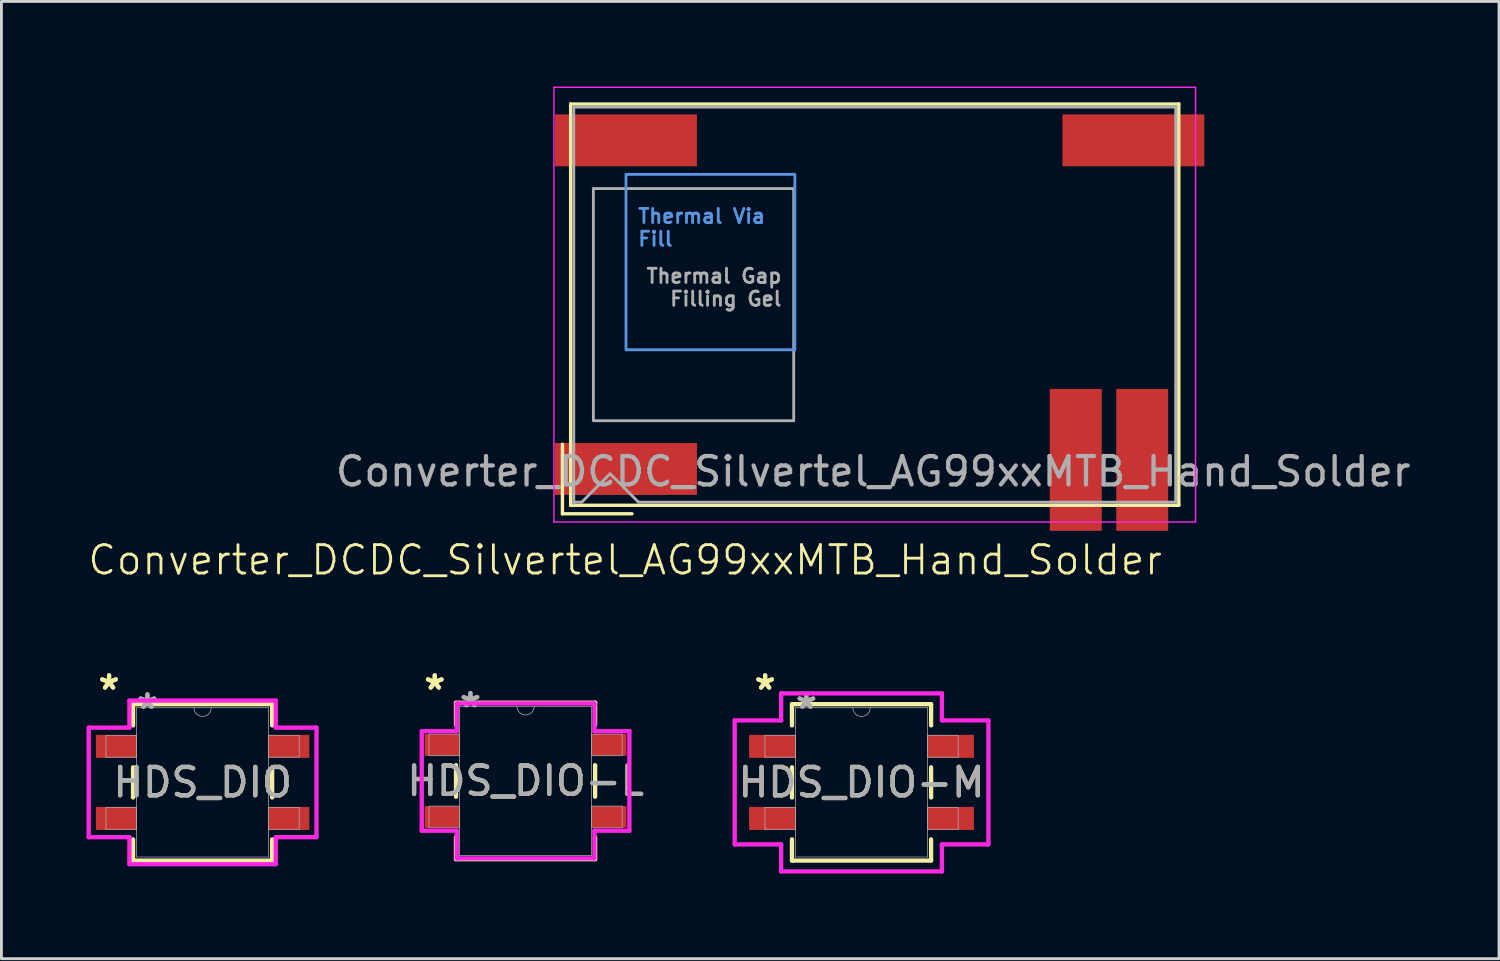
<source format=kicad_pcb>
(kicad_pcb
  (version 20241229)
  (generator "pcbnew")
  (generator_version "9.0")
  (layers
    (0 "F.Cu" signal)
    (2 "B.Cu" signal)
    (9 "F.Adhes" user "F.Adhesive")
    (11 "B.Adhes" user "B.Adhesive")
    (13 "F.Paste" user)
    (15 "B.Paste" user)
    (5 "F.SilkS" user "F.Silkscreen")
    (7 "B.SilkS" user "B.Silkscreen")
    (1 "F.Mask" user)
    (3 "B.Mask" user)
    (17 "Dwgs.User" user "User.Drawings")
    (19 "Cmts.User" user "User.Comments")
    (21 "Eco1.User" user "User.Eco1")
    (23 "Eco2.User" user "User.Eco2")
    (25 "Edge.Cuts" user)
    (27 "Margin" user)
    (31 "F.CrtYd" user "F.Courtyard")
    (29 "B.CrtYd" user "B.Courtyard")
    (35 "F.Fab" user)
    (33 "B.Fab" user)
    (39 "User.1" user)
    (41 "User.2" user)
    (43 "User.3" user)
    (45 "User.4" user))
  (footprint "HDS_DIO"
    (layer "F.Cu")
    (at 4.089 24.52)
    (property "Reference" "HDS_DIO" (at 0 0 0) (unlocked yes) (layer "F.SilkS") (effects (font (size 1 1) (thickness 0.15))))
    (attr smd)
    (fp_line (start -2.451 -2.756) (end -2.451 -2.009) (stroke (width 0.152) (type solid)) (layer "F.SilkS"))
    (fp_line (start -2.451 -0.531) (end -2.451 0.531) (stroke (width 0.152) (type solid)) (layer "F.SilkS"))
    (fp_line (start -2.451 2.009) (end -2.451 2.756) (stroke (width 0.152) (type solid)) (layer "F.SilkS"))
    (fp_line (start -2.451 2.756) (end 2.451 2.756) (stroke (width 0.152) (type solid)) (layer "F.SilkS"))
    (fp_line (start 2.451 -2.756) (end -2.451 -2.756) (stroke (width 0.152) (type solid)) (layer "F.SilkS"))
    (fp_line (start 2.451 -2.009) (end 2.451 -2.756) (stroke (width 0.152) (type solid)) (layer "F.SilkS"))
    (fp_line (start 2.451 0.531) (end 2.451 -0.531) (stroke (width 0.152) (type solid)) (layer "F.SilkS"))
    (fp_line (start 2.451 2.756) (end 2.451 2.009) (stroke (width 0.152) (type solid)) (layer "F.SilkS"))
    (fp_line (start -4.013 -1.93) (end -2.578 -1.93) (stroke (width 0.152) (type solid)) (layer "F.CrtYd"))
    (fp_line (start -4.013 1.93) (end -4.013 -1.93) (stroke (width 0.152) (type solid)) (layer "F.CrtYd"))
    (fp_line (start -4.013 1.93) (end -2.578 1.93) (stroke (width 0.152) (type solid)) (layer "F.CrtYd"))
    (fp_line (start -2.578 -2.883) (end 2.578 -2.883) (stroke (width 0.152) (type solid)) (layer "F.CrtYd"))
    (fp_line (start -2.578 -1.93) (end -2.578 -2.883) (stroke (width 0.152) (type solid)) (layer "F.CrtYd"))
    (fp_line (start -2.578 2.883) (end -2.578 1.93) (stroke (width 0.152) (type solid)) (layer "F.CrtYd"))
    (fp_line (start 2.578 -2.883) (end 2.578 -1.93) (stroke (width 0.152) (type solid)) (layer "F.CrtYd"))
    (fp_line (start 2.578 1.93) (end 2.578 2.883) (stroke (width 0.152) (type solid)) (layer "F.CrtYd"))
    (fp_line (start 2.578 2.883) (end -2.578 2.883) (stroke (width 0.152) (type solid)) (layer "F.CrtYd"))
    (fp_line (start 4.013 -1.93) (end 2.578 -1.93) (stroke (width 0.152) (type solid)) (layer "F.CrtYd"))
    (fp_line (start 4.013 -1.93) (end 4.013 1.93) (stroke (width 0.152) (type solid)) (layer "F.CrtYd"))
    (fp_line (start 4.013 1.93) (end 2.578 1.93) (stroke (width 0.152) (type solid)) (layer "F.CrtYd"))
    (fp_line (start -3.404 -1.651) (end -3.404 -0.889) (stroke (width 0.025) (type solid)) (layer "F.Fab"))
    (fp_line (start -3.404 -0.889) (end -2.324 -0.889) (stroke (width 0.025) (type solid)) (layer "F.Fab"))
    (fp_line (start -3.404 0.889) (end -3.404 1.651) (stroke (width 0.025) (type solid)) (layer "F.Fab"))
    (fp_line (start -3.404 1.651) (end -2.324 1.651) (stroke (width 0.025) (type solid)) (layer "F.Fab"))
    (fp_line (start -2.324 -2.629) (end -2.324 2.629) (stroke (width 0.025) (type solid)) (layer "F.Fab"))
    (fp_line (start -2.324 -1.651) (end -3.404 -1.651) (stroke (width 0.025) (type solid)) (layer "F.Fab"))
    (fp_line (start -2.324 -0.889) (end -2.324 -1.651) (stroke (width 0.025) (type solid)) (layer "F.Fab"))
    (fp_line (start -2.324 0.889) (end -3.404 0.889) (stroke (width 0.025) (type solid)) (layer "F.Fab"))
    (fp_line (start -2.324 1.651) (end -2.324 0.889) (stroke (width 0.025) (type solid)) (layer "F.Fab"))
    (fp_line (start -2.324 2.629) (end 2.324 2.629) (stroke (width 0.025) (type solid)) (layer "F.Fab"))
    (fp_line (start 2.324 -2.629) (end -2.324 -2.629) (stroke (width 0.025) (type solid)) (layer "F.Fab"))
    (fp_line (start 2.324 -1.651) (end 2.324 -0.889) (stroke (width 0.025) (type solid)) (layer "F.Fab"))
    (fp_line (start 2.324 -0.889) (end 3.404 -0.889) (stroke (width 0.025) (type solid)) (layer "F.Fab"))
    (fp_line (start 2.324 0.889) (end 2.324 1.651) (stroke (width 0.025) (type solid)) (layer "F.Fab"))
    (fp_line (start 2.324 1.651) (end 3.404 1.651) (stroke (width 0.025) (type solid)) (layer "F.Fab"))
    (fp_line (start 2.324 2.629) (end 2.324 -2.629) (stroke (width 0.025) (type solid)) (layer "F.Fab"))
    (fp_line (start 3.404 -1.651) (end 2.324 -1.651) (stroke (width 0.025) (type solid)) (layer "F.Fab"))
    (fp_line (start 3.404 -0.889) (end 3.404 -1.651) (stroke (width 0.025) (type solid)) (layer "F.Fab"))
    (fp_line (start 3.404 0.889) (end 2.324 0.889) (stroke (width 0.025) (type solid)) (layer "F.Fab"))
    (fp_line (start 3.404 1.651) (end 3.404 0.889) (stroke (width 0.025) (type solid)) (layer "F.Fab"))
    (fp_arc (start 0.3048 -2.6289) (mid 0 -2.3241) (end -0.3048 -2.6289) (stroke (width 0.0254) (type solid)) (layer "F.Fab"))
    (fp_text user "*" (at -3.296 -3.226 0) (layer "F.SilkS") (effects (font (size 1 1) (thickness 0.15))))
    (fp_text user "*" (at -3.296 -3.226 0) (unlocked yes) (layer "F.SilkS") (effects (font (size 1 1) (thickness 0.15))))
    (fp_text user "${REFERENCE}" (at 0 0 0) (unlocked yes) (layer "F.Fab") (effects (font (size 1 1) (thickness 0.15))))
    (fp_text user "*" (at -1.943 -2.553 0) (layer "F.Fab") (effects (font (size 1 1) (thickness 0.15))))
    (fp_text user "*" (at -1.943 -2.553 0) (unlocked yes) (layer "F.Fab") (effects (font (size 1 1) (thickness 0.15))))
    (pad "1" smd rect (at -3.042 -1.27) (size 1.435 0.813) (layers "F.Cu" "F.Mask" "F.Paste"))
    (pad "2" smd rect (at 3.042 -1.27) (size 1.435 0.813) (layers "F.Cu" "F.Mask" "F.Paste"))
    (pad "3" smd rect (at -3.042 1.27) (size 1.435 0.813) (layers "F.Cu" "F.Mask" "F.Paste"))
    (pad "4" smd rect (at 3.042 1.27) (size 1.435 0.813) (layers "F.Cu" "F.Mask" "F.Paste")))
  (footprint "HDS_DIO-L"
    (layer "F.Cu")
    (at 15.47 24.469)
    (property "Reference" "HDS_DIO-L" (at 0 0 0) (unlocked yes) (layer "F.SilkS") (effects (font (size 1 1) (thickness 0.15))))
    (attr smd)
    (fp_line (start -2.451 -2.756) (end -2.451 -1.984) (stroke (width 0.152) (type solid)) (layer "F.SilkS"))
    (fp_line (start -2.451 -0.556) (end -2.451 0.556) (stroke (width 0.152) (type solid)) (layer "F.SilkS"))
    (fp_line (start -2.451 1.984) (end -2.451 2.756) (stroke (width 0.152) (type solid)) (layer "F.SilkS"))
    (fp_line (start -2.451 2.756) (end 2.451 2.756) (stroke (width 0.152) (type solid)) (layer "F.SilkS"))
    (fp_line (start 2.451 -2.756) (end -2.451 -2.756) (stroke (width 0.152) (type solid)) (layer "F.SilkS"))
    (fp_line (start 2.451 -1.984) (end 2.451 -2.756) (stroke (width 0.152) (type solid)) (layer "F.SilkS"))
    (fp_line (start 2.451 0.556) (end 2.451 -0.556) (stroke (width 0.152) (type solid)) (layer "F.SilkS"))
    (fp_line (start 2.451 2.756) (end 2.451 1.984) (stroke (width 0.152) (type solid)) (layer "F.SilkS"))
    (fp_line (start -3.658 -1.753) (end -2.426 -1.753) (stroke (width 0.152) (type solid)) (layer "F.CrtYd"))
    (fp_line (start -3.658 1.753) (end -3.658 -1.753) (stroke (width 0.152) (type solid)) (layer "F.CrtYd"))
    (fp_line (start -3.658 1.753) (end -2.426 1.753) (stroke (width 0.152) (type solid)) (layer "F.CrtYd"))
    (fp_line (start -2.426 -2.731) (end 2.426 -2.731) (stroke (width 0.152) (type solid)) (layer "F.CrtYd"))
    (fp_line (start -2.426 -1.753) (end -2.426 -2.731) (stroke (width 0.152) (type solid)) (layer "F.CrtYd"))
    (fp_line (start -2.426 2.731) (end -2.426 1.753) (stroke (width 0.152) (type solid)) (layer "F.CrtYd"))
    (fp_line (start 2.426 -2.731) (end 2.426 -1.753) (stroke (width 0.152) (type solid)) (layer "F.CrtYd"))
    (fp_line (start 2.426 1.753) (end 2.426 2.731) (stroke (width 0.152) (type solid)) (layer "F.CrtYd"))
    (fp_line (start 2.426 2.731) (end -2.426 2.731) (stroke (width 0.152) (type solid)) (layer "F.CrtYd"))
    (fp_line (start 3.658 -1.753) (end 2.426 -1.753) (stroke (width 0.152) (type solid)) (layer "F.CrtYd"))
    (fp_line (start 3.658 -1.753) (end 3.658 1.753) (stroke (width 0.152) (type solid)) (layer "F.CrtYd"))
    (fp_line (start 3.658 1.753) (end 2.426 1.753) (stroke (width 0.152) (type solid)) (layer "F.CrtYd"))
    (fp_line (start -3.404 -1.651) (end -3.404 -0.889) (stroke (width 0.025) (type solid)) (layer "F.Fab"))
    (fp_line (start -3.404 -0.889) (end -2.324 -0.889) (stroke (width 0.025) (type solid)) (layer "F.Fab"))
    (fp_line (start -3.404 0.889) (end -3.404 1.651) (stroke (width 0.025) (type solid)) (layer "F.Fab"))
    (fp_line (start -3.404 1.651) (end -2.324 1.651) (stroke (width 0.025) (type solid)) (layer "F.Fab"))
    (fp_line (start -2.324 -2.629) (end -2.324 2.629) (stroke (width 0.025) (type solid)) (layer "F.Fab"))
    (fp_line (start -2.324 -1.651) (end -3.404 -1.651) (stroke (width 0.025) (type solid)) (layer "F.Fab"))
    (fp_line (start -2.324 -0.889) (end -2.324 -1.651) (stroke (width 0.025) (type solid)) (layer "F.Fab"))
    (fp_line (start -2.324 0.889) (end -3.404 0.889) (stroke (width 0.025) (type solid)) (layer "F.Fab"))
    (fp_line (start -2.324 1.651) (end -2.324 0.889) (stroke (width 0.025) (type solid)) (layer "F.Fab"))
    (fp_line (start -2.324 2.629) (end 2.324 2.629) (stroke (width 0.025) (type solid)) (layer "F.Fab"))
    (fp_line (start 2.324 -2.629) (end -2.324 -2.629) (stroke (width 0.025) (type solid)) (layer "F.Fab"))
    (fp_line (start 2.324 -1.651) (end 2.324 -0.889) (stroke (width 0.025) (type solid)) (layer "F.Fab"))
    (fp_line (start 2.324 -0.889) (end 3.404 -0.889) (stroke (width 0.025) (type solid)) (layer "F.Fab"))
    (fp_line (start 2.324 0.889) (end 2.324 1.651) (stroke (width 0.025) (type solid)) (layer "F.Fab"))
    (fp_line (start 2.324 1.651) (end 3.404 1.651) (stroke (width 0.025) (type solid)) (layer "F.Fab"))
    (fp_line (start 2.324 2.629) (end 2.324 -2.629) (stroke (width 0.025) (type solid)) (layer "F.Fab"))
    (fp_line (start 3.404 -1.651) (end 2.324 -1.651) (stroke (width 0.025) (type solid)) (layer "F.Fab"))
    (fp_line (start 3.404 -0.889) (end 3.404 -1.651) (stroke (width 0.025) (type solid)) (layer "F.Fab"))
    (fp_line (start 3.404 0.889) (end 2.324 0.889) (stroke (width 0.025) (type solid)) (layer "F.Fab"))
    (fp_line (start 3.404 1.651) (end 3.404 0.889) (stroke (width 0.025) (type solid)) (layer "F.Fab"))
    (fp_arc (start 0.3048 -2.6289) (mid 0 -2.3241) (end -0.3048 -2.6289) (stroke (width 0.0254) (type solid)) (layer "F.Fab"))
    (fp_text user "*" (at -3.2 -3.175 0) (layer "F.SilkS") (effects (font (size 1 1) (thickness 0.15))))
    (fp_text user "*" (at -3.2 -3.175 0) (unlocked yes) (layer "F.SilkS") (effects (font (size 1 1) (thickness 0.15))))
    (fp_text user "*" (at -1.943 -2.553 0) (unlocked yes) (layer "F.Fab") (effects (font (size 1 1) (thickness 0.15))))
    (fp_text user "*" (at -1.943 -2.553 0) (layer "F.Fab") (effects (font (size 1 1) (thickness 0.15))))
    (fp_text user "${REFERENCE}" (at 0 0 0) (unlocked yes) (layer "F.Fab") (effects (font (size 1 1) (thickness 0.15))))
    (pad "1" smd rect (at -2.946 -1.27) (size 1.219 0.762) (layers "F.Cu" "F.Mask" "F.Paste"))
    (pad "2" smd rect (at 2.946 -1.27) (size 1.219 0.762) (layers "F.Cu" "F.Mask" "F.Paste"))
    (pad "3" smd rect (at -2.946 1.27) (size 1.219 0.762) (layers "F.Cu" "F.Mask" "F.Paste"))
    (pad "4" smd rect (at 2.946 1.27) (size 1.219 0.762) (layers "F.Cu" "F.Mask" "F.Paste")))
  (footprint "HDS_DIO-M"
    (layer "F.Cu")
    (at 27.309 24.52)
    (property "Reference" "HDS_DIO-M" (at 0 0 0) (unlocked yes) (layer "F.SilkS") (effects (font (size 1 1) (thickness 0.15))))
    (attr smd)
    (fp_line (start -2.451 -2.756) (end -2.451 -2.009) (stroke (width 0.152) (type solid)) (layer "F.SilkS"))
    (fp_line (start -2.451 -0.531) (end -2.451 0.531) (stroke (width 0.152) (type solid)) (layer "F.SilkS"))
    (fp_line (start -2.451 2.009) (end -2.451 2.756) (stroke (width 0.152) (type solid)) (layer "F.SilkS"))
    (fp_line (start -2.451 2.756) (end 2.451 2.756) (stroke (width 0.152) (type solid)) (layer "F.SilkS"))
    (fp_line (start 2.451 -2.756) (end -2.451 -2.756) (stroke (width 0.152) (type solid)) (layer "F.SilkS"))
    (fp_line (start 2.451 -2.009) (end 2.451 -2.756) (stroke (width 0.152) (type solid)) (layer "F.SilkS"))
    (fp_line (start 2.451 0.531) (end 2.451 -0.531) (stroke (width 0.152) (type solid)) (layer "F.SilkS"))
    (fp_line (start 2.451 2.756) (end 2.451 2.009) (stroke (width 0.152) (type solid)) (layer "F.SilkS"))
    (fp_line (start -4.47 -2.184) (end -2.832 -2.184) (stroke (width 0.152) (type solid)) (layer "F.CrtYd"))
    (fp_line (start -4.47 2.184) (end -4.47 -2.184) (stroke (width 0.152) (type solid)) (layer "F.CrtYd"))
    (fp_line (start -4.47 2.184) (end -2.832 2.184) (stroke (width 0.152) (type solid)) (layer "F.CrtYd"))
    (fp_line (start -2.832 -3.137) (end 2.832 -3.137) (stroke (width 0.152) (type solid)) (layer "F.CrtYd"))
    (fp_line (start -2.832 -2.184) (end -2.832 -3.137) (stroke (width 0.152) (type solid)) (layer "F.CrtYd"))
    (fp_line (start -2.832 3.137) (end -2.832 2.184) (stroke (width 0.152) (type solid)) (layer "F.CrtYd"))
    (fp_line (start 2.832 -3.137) (end 2.832 -2.184) (stroke (width 0.152) (type solid)) (layer "F.CrtYd"))
    (fp_line (start 2.832 2.184) (end 2.832 3.137) (stroke (width 0.152) (type solid)) (layer "F.CrtYd"))
    (fp_line (start 2.832 3.137) (end -2.832 3.137) (stroke (width 0.152) (type solid)) (layer "F.CrtYd"))
    (fp_line (start 4.47 -2.184) (end 2.832 -2.184) (stroke (width 0.152) (type solid)) (layer "F.CrtYd"))
    (fp_line (start 4.47 -2.184) (end 4.47 2.184) (stroke (width 0.152) (type solid)) (layer "F.CrtYd"))
    (fp_line (start 4.47 2.184) (end 2.832 2.184) (stroke (width 0.152) (type solid)) (layer "F.CrtYd"))
    (fp_line (start -3.404 -1.651) (end -3.404 -0.889) (stroke (width 0.025) (type solid)) (layer "F.Fab"))
    (fp_line (start -3.404 -0.889) (end -2.324 -0.889) (stroke (width 0.025) (type solid)) (layer "F.Fab"))
    (fp_line (start -3.404 0.889) (end -3.404 1.651) (stroke (width 0.025) (type solid)) (layer "F.Fab"))
    (fp_line (start -3.404 1.651) (end -2.324 1.651) (stroke (width 0.025) (type solid)) (layer "F.Fab"))
    (fp_line (start -2.324 -2.629) (end -2.324 2.629) (stroke (width 0.025) (type solid)) (layer "F.Fab"))
    (fp_line (start -2.324 -1.651) (end -3.404 -1.651) (stroke (width 0.025) (type solid)) (layer "F.Fab"))
    (fp_line (start -2.324 -0.889) (end -2.324 -1.651) (stroke (width 0.025) (type solid)) (layer "F.Fab"))
    (fp_line (start -2.324 0.889) (end -3.404 0.889) (stroke (width 0.025) (type solid)) (layer "F.Fab"))
    (fp_line (start -2.324 1.651) (end -2.324 0.889) (stroke (width 0.025) (type solid)) (layer "F.Fab"))
    (fp_line (start -2.324 2.629) (end 2.324 2.629) (stroke (width 0.025) (type solid)) (layer "F.Fab"))
    (fp_line (start 2.324 -2.629) (end -2.324 -2.629) (stroke (width 0.025) (type solid)) (layer "F.Fab"))
    (fp_line (start 2.324 -1.651) (end 2.324 -0.889) (stroke (width 0.025) (type solid)) (layer "F.Fab"))
    (fp_line (start 2.324 -0.889) (end 3.404 -0.889) (stroke (width 0.025) (type solid)) (layer "F.Fab"))
    (fp_line (start 2.324 0.889) (end 2.324 1.651) (stroke (width 0.025) (type solid)) (layer "F.Fab"))
    (fp_line (start 2.324 1.651) (end 3.404 1.651) (stroke (width 0.025) (type solid)) (layer "F.Fab"))
    (fp_line (start 2.324 2.629) (end 2.324 -2.629) (stroke (width 0.025) (type solid)) (layer "F.Fab"))
    (fp_line (start 3.404 -1.651) (end 2.324 -1.651) (stroke (width 0.025) (type solid)) (layer "F.Fab"))
    (fp_line (start 3.404 -0.889) (end 3.404 -1.651) (stroke (width 0.025) (type solid)) (layer "F.Fab"))
    (fp_line (start 3.404 0.889) (end 2.324 0.889) (stroke (width 0.025) (type solid)) (layer "F.Fab"))
    (fp_line (start 3.404 1.651) (end 3.404 0.889) (stroke (width 0.025) (type solid)) (layer "F.Fab"))
    (fp_arc (start 0.3048 -2.6289) (mid 0 -2.3241) (end -0.3048 -2.6289) (stroke (width 0.0254) (type solid)) (layer "F.Fab"))
    (fp_text user "*" (at -3.397 -3.226 0) (unlocked yes) (layer "F.SilkS") (effects (font (size 1 1) (thickness 0.15))))
    (fp_text user "*" (at -3.397 -3.226 0) (layer "F.SilkS") (effects (font (size 1 1) (thickness 0.15))))
    (fp_text user "${REFERENCE}" (at 0 0 0) (unlocked yes) (layer "F.Fab") (effects (font (size 1 1) (thickness 0.15))))
    (fp_text user "*" (at -1.943 -2.553 0) (unlocked yes) (layer "F.Fab") (effects (font (size 1 1) (thickness 0.15))))
    (fp_text user "*" (at -1.943 -2.553 0) (layer "F.Fab") (effects (font (size 1 1) (thickness 0.15))))
    (pad "1" smd rect (at -3.143 -1.27) (size 1.638 0.813) (layers "F.Cu" "F.Mask" "F.Paste"))
    (pad "2" smd rect (at 3.143 -1.27) (size 1.638 0.813) (layers "F.Cu" "F.Mask" "F.Paste"))
    (pad "3" smd rect (at -3.143 1.27) (size 1.638 0.813) (layers "F.Cu" "F.Mask" "F.Paste"))
    (pad "4" smd rect (at 3.143 1.27) (size 1.638 0.813) (layers "F.Cu" "F.Mask" "F.Paste")))
  (footprint "Converter_DCDC_Silvertel_AG99xxMTB_Hand_Solder"
    (layer "F.Cu")
    (at 19.009 13.475)
    (property "Reference" "Converter_DCDC_Silvertel_AG99xxMTB_Hand_Solder" (at -0.03 3.21 0) (unlocked yes) (layer "F.SilkS") (effects (font (size 1 1) (thickness 0.1))))
    (attr smd)
    (fp_line (start -2.24 -0.87) (end -2.24 1.58) (stroke (width 0.12) (type default)) (layer "F.SilkS"))
    (fp_line (start -2.24 1.58) (end 0.21 1.58) (stroke (width 0.12) (type default)) (layer "F.SilkS"))
    (fp_line (start -1.95 -12.86) (end 19.48 -12.86) (stroke (width 0.12) (type solid)) (layer "F.SilkS"))
    (fp_line (start -1.95 1.28) (end -1.95 -12.86) (stroke (width 0.12) (type solid)) (layer "F.SilkS"))
    (fp_line (start -1.95 1.28) (end 19.48 1.28) (stroke (width 0.12) (type solid)) (layer "F.SilkS"))
    (fp_line (start 19.48 1.28) (end 19.48 -12.86) (stroke (width 0.12) (type solid)) (layer "F.SilkS"))
    (fp_line (start -2.54 -13.45) (end 20.07 -13.45) (stroke (width 0.05) (type solid)) (layer "F.CrtYd"))
    (fp_line (start -2.54 1.87) (end -2.54 -13.45) (stroke (width 0.05) (type solid)) (layer "F.CrtYd"))
    (fp_line (start -2.54 1.87) (end 20.07 1.87) (stroke (width 0.05) (type solid)) (layer "F.CrtYd"))
    (fp_line (start 20.07 1.87) (end 20.07 -13.45) (stroke (width 0.05) (type solid)) (layer "F.CrtYd"))
    (fp_line (start -1.84 -12.75) (end 19.37 -12.75) (stroke (width 0.1) (type solid)) (layer "F.Fab"))
    (fp_line (start -1.84 1.17) (end -1.56 1.17) (stroke (width 0.1) (type solid)) (layer "F.Fab"))
    (fp_line (start -1.84 1.21) (end -1.84 -12.75) (stroke (width 0.1) (type solid)) (layer "F.Fab"))
    (fp_line (start -1.56 1.17) (end -0.56 0.17) (stroke (width 0.1) (type solid)) (layer "F.Fab"))
    (fp_line (start -0.56 0.17) (end 0.44 1.17) (stroke (width 0.1) (type solid)) (layer "F.Fab"))
    (fp_line (start 0.44 1.17) (end 19.37 1.17) (stroke (width 0.1) (type solid)) (layer "F.Fab"))
    (fp_line (start 19.37 1.17) (end 19.37 -12.75) (stroke (width 0.1) (type solid)) (layer "F.Fab"))
    (fp_text user "${REFERENCE}" (at 8.71 0.09 0) (layer "F.Fab") (effects (font (size 1 1) (thickness 0.15))))
    (fp_text_box "\nThermal Via Fill" (start 0 -10.38) (end 5.95 -4.2) (margins 0.425 0.425 0.425 0.425) (layer "Cmts.User") (effects (font (size 0.5 0.5) (thickness 0.1) (bold yes)) (justify left top)) (border yes) (stroke (width 0.1) (type solid)))
    (fp_text_box "\n\n\nThermal Gap Filling Gel" (start -1.15 -9.88) (end 5.91 -1.7) (margins 0.425 0.425 0.425 0.425) (layer "F.Fab") (effects (font (size 0.5 0.5) (thickness 0.1) (bold yes)) (justify right top)) (border yes) (stroke (width 0.1) (type solid)))
    (pad "1" smd rect (at 0 0) (size 5 1.83) (layers "F.Cu" "F.Mask" "F.Paste"))
    (pad "2" smd rect (at 15.85 -0.32 90) (size 5 1.83) (layers "F.Cu" "F.Mask" "F.Paste"))
    (pad "3" smd rect (at 18.19 -0.32 90) (size 5 1.83) (layers "F.Cu" "F.Mask" "F.Paste"))
    (pad "4" smd rect (at 17.88 -11.58) (size 5 1.83) (layers "F.Cu" "F.Mask" "F.Paste"))
    (pad "5" smd rect (at 0 -11.58) (size 5 1.83) (layers "F.Cu" "F.Mask" "F.Paste"))
    (zone (net_name "") (layers "F.Cu" "Dwgs.User") (name "Underside") (hatch edge 0.5) (connect_pads) (min_thickness 0.25) (filled_areas_thickness no) (keepout (tracks not_allowed) (vias not_allowed) (pads not_allowed) (copperpour not_allowed) (footprints allowed)) (placement (enabled no)) (fill) (polygon (pts (xy 12.959 9.355) (xy 24.989 9.355) (xy 24.989 12.665) (xy 30.369 12.665) (xy 30.369 5.555) (xy 42.569 5.555) (xy 42.569 8.555) (xy 33.369 8.555) (xy 33.369 15.665) (xy 21.999 15.665) (xy 21.999 12.355) (xy 12.959 12.355)))))
  (gr_rect
    (start -3 -3)
    (end 49.772 30.733)
    (stroke (width 0.1) (type default))
    (fill no)
    (layer "Edge.Cuts")))
</source>
